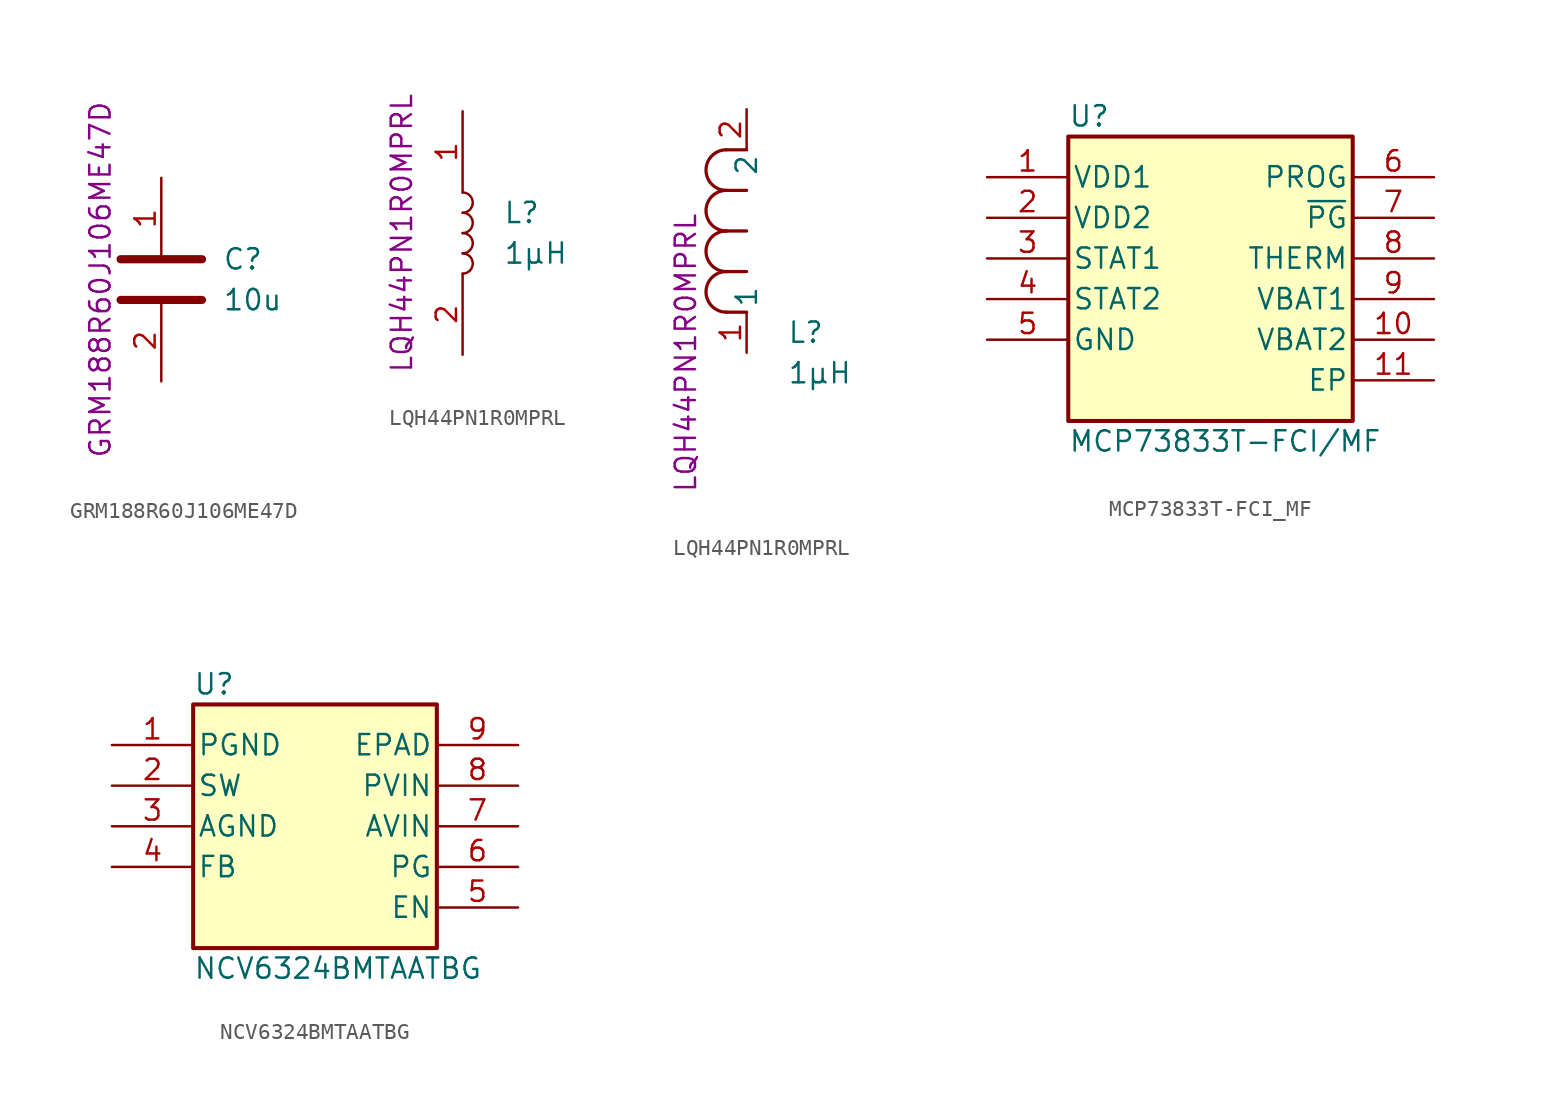
<source format=kicad_sym>
(kicad_symbol_lib
  (version 20231120)
  (generator "kicad_symbol_editor")
  (generator_version "8.0")
  (symbol "GRM188R60J106ME47D"
    (property "Reference" "C"
      (at 3.81 1.27 0)
      (do_not_autoplace)
      (effects (font (size 1.27 1.27)) (justify left)))
    (property "Value" "10u"
      (at 3.81 -1.27 0)
      (do_not_autoplace)
      (effects (font (size 1.27 1.27)) (justify left)))
    (property "Part Number" "GRM188R60J106ME47D"
      (at -3.81 0 90)
      (do_not_autoplace)
      (effects (font (size 1.27 1.27))))
    (symbol "GRM188R60J106ME47D_0_1"
      (polyline (pts (xy -2.54 -1.27) (xy 2.54 -1.27)) (stroke (width 0.508) (type default)) (fill (type none)))
      (polyline (pts (xy -2.54 1.27) (xy 2.54 1.27)) (stroke (width 0.508) (type default)) (fill (type none))))
    (symbol "GRM188R60J106ME47D_1_1"
      (pin unspecified line (at 0 6.35 270) (length 5.08) (name "~" (effects (font (size 1.27 1.27)))) (number "1" (effects (font (size 1.27 1.27)))))
      (pin unspecified line (at 0 -6.35 90) (length 5.08) (name "~" (effects (font (size 1.27 1.27)))) (number "2" (effects (font (size 1.27 1.27)))))))
  (symbol "LQH44PN1R0MPRL"
    (pin_names
      (offset 0.254))
    (property "Reference" "L"
      (at 2.54 1.27 0)
      (do_not_autoplace)
      (effects (font (size 1.27 1.27)) (justify left)))
    (property "Value" "1µH"
      (at 2.54 -1.27 0)
      (do_not_autoplace)
      (effects (font (size 1.27 1.27)) (justify left)))
    (property "Part Number" "LQH44PN1R0MPRL"
      (at -3.81 0 90)
      (do_not_autoplace)
      (effects (font (size 1.27 1.27))))
    (symbol "LQH44PN1R0MPRL_0_1"
      (arc (start 0 -2.54) (mid 0.6323 -1.905) (end 0 -1.27) (stroke (width 0) (type default)) (fill (type none)))
      (arc (start 0 -1.27) (mid 0.6323 -0.635) (end 0 0) (stroke (width 0) (type default)) (fill (type none)))
      (arc (start 0 0) (mid 0.6323 0.635) (end 0 1.27) (stroke (width 0) (type default)) (fill (type none)))
      (arc (start 0 1.27) (mid 0.6323 1.905) (end 0 2.54) (stroke (width 0) (type default)) (fill (type none))))
    (symbol "LQH44PN1R0MPRL_1_1"
      (pin unspecified line (at 0 7.62 270) (length 5.08) (name "~" (effects (font (size 1.27 1.27)))) (number "1" (effects (font (size 1.27 1.27)))))
      (pin unspecified line (at 0 -7.62 90) (length 5.08) (name "~" (effects (font (size 1.27 1.27)))) (number "2" (effects (font (size 1.27 1.27))))))
    (symbol "LQH44PN1R0MPRL_1_2"
      (arc (start -1.27 5.08) (mid -2.5345 3.81) (end -1.27 2.54) (stroke (width 0.2032) (type default)) (fill (type none)))
      (arc (start -1.27 7.62) (mid -2.5345 6.35) (end -1.27 5.08) (stroke (width 0.2032) (type default)) (fill (type none)))
      (arc (start -1.27 10.16) (mid -2.5345 8.89) (end -1.27 7.62) (stroke (width 0.2032) (type default)) (fill (type none)))
      (arc (start -1.27 12.7) (mid -2.5345 11.43) (end -1.27 10.16) (stroke (width 0.2032) (type default)) (fill (type none)))
      (polyline (pts (xy 0 2.54) (xy -1.27 2.54)) (stroke (width 0.203) (type default)) (fill (type none)))
      (polyline (pts (xy 0 5.08) (xy -1.27 5.08)) (stroke (width 0.203) (type default)) (fill (type none)))
      (polyline (pts (xy 0 7.62) (xy -1.27 7.62)) (stroke (width 0.203) (type default)) (fill (type none)))
      (polyline (pts (xy 0 10.16) (xy -1.27 10.16)) (stroke (width 0.203) (type default)) (fill (type none)))
      (polyline (pts (xy 0 12.7) (xy -1.27 12.7)) (stroke (width 0.203) (type default)) (fill (type none)))
      (pin unspecified line (at 0 0 90) (length 2.54) (name "1" (effects (font (size 1.27 1.27)))) (number "1" (effects (font (size 1.27 1.27)))))
      (pin unspecified line (at 0 15.24 270) (length 2.54) (name "2" (effects (font (size 1.27 1.27)))) (number "2" (effects (font (size 1.27 1.27)))))))
  (symbol "MCP73833T-FCI_MF"
    (pin_names
      (offset 0.254))
    (property "Reference" "U"
      (at 0 1.27 0)
      (do_not_autoplace)
      (effects (font (size 1.27 1.27)) (justify left)))
    (property "Value" "MCP73833T-FCI/MF"
      (at 0 -19.05 0)
      (do_not_autoplace)
      (effects (font (size 1.27 1.27)) (justify left)))
    (symbol "MCP73833T-FCI_MF_1_1"
      (rectangle (start 0 0) (end 17.78 -17.78) (stroke (width 0.254) (type default)) (fill (type background)))
      (pin unspecified line (at -5.08 -2.54 0) (length 5.08) (name "VDD1" (effects (font (size 1.27 1.27)))) (number "1" (effects (font (size 1.27 1.27)))))
      (pin unspecified line (at 22.86 -12.7 180) (length 5.08) (name "VBAT2" (effects (font (size 1.27 1.27)))) (number "10" (effects (font (size 1.27 1.27)))))
      (pin unspecified line (at 22.86 -15.24 180) (length 5.08) (name "EP" (effects (font (size 1.27 1.27)))) (number "11" (effects (font (size 1.27 1.27)))))
      (pin unspecified line (at -5.08 -5.08 0) (length 5.08) (name "VDD2" (effects (font (size 1.27 1.27)))) (number "2" (effects (font (size 1.27 1.27)))))
      (pin unspecified line (at -5.08 -7.62 0) (length 5.08) (name "STAT1" (effects (font (size 1.27 1.27)))) (number "3" (effects (font (size 1.27 1.27)))))
      (pin unspecified line (at -5.08 -10.16 0) (length 5.08) (name "STAT2" (effects (font (size 1.27 1.27)))) (number "4" (effects (font (size 1.27 1.27)))))
      (pin unspecified line (at -5.08 -12.7 0) (length 5.08) (name "GND" (effects (font (size 1.27 1.27)))) (number "5" (effects (font (size 1.27 1.27)))))
      (pin unspecified line (at 22.86 -2.54 180) (length 5.08) (name "PROG" (effects (font (size 1.27 1.27)))) (number "6" (effects (font (size 1.27 1.27)))))
      (pin unspecified line (at 22.86 -5.08 180) (length 5.08) (name "~{PG}" (effects (font (size 1.27 1.27)))) (number "7" (effects (font (size 1.27 1.27)))))
      (pin unspecified line (at 22.86 -7.62 180) (length 5.08) (name "THERM" (effects (font (size 1.27 1.27)))) (number "8" (effects (font (size 1.27 1.27)))))
      (pin unspecified line (at 22.86 -10.16 180) (length 5.08) (name "VBAT1" (effects (font (size 1.27 1.27)))) (number "9" (effects (font (size 1.27 1.27)))))))
  (symbol "NCV6324BMTAATBG"
    (pin_names
      (offset 0.254))
    (property "Reference" "U"
      (at 0 1.27 0)
      (do_not_autoplace)
      (effects (font (size 1.27 1.27)) (justify left)))
    (property "Value" "NCV6324BMTAATBG"
      (at 0 -16.51 0)
      (do_not_autoplace)
      (effects (font (size 1.27 1.27)) (justify left)))
    (symbol "NCV6324BMTAATBG_0_1"
      (pin unspecified line (at -5.08 -2.54 0) (length 5.08) (name "PGND" (effects (font (size 1.27 1.27)))) (number "1" (effects (font (size 1.27 1.27)))))
      (pin unspecified line (at -5.08 -5.08 0) (length 5.08) (name "SW" (effects (font (size 1.27 1.27)))) (number "2" (effects (font (size 1.27 1.27)))))
      (pin unspecified line (at -5.08 -7.62 0) (length 5.08) (name "AGND" (effects (font (size 1.27 1.27)))) (number "3" (effects (font (size 1.27 1.27)))))
      (pin unspecified line (at -5.08 -10.16 0) (length 5.08) (name "FB" (effects (font (size 1.27 1.27)))) (number "4" (effects (font (size 1.27 1.27)))))
      (pin unspecified line (at 20.32 -12.7 180) (length 5.08) (name "EN" (effects (font (size 1.27 1.27)))) (number "5" (effects (font (size 1.27 1.27)))))
      (pin unspecified line (at 20.32 -10.16 180) (length 5.08) (name "PG" (effects (font (size 1.27 1.27)))) (number "6" (effects (font (size 1.27 1.27)))))
      (pin unspecified line (at 20.32 -7.62 180) (length 5.08) (name "AVIN" (effects (font (size 1.27 1.27)))) (number "7" (effects (font (size 1.27 1.27)))))
      (pin unspecified line (at 20.32 -5.08 180) (length 5.08) (name "PVIN" (effects (font (size 1.27 1.27)))) (number "8" (effects (font (size 1.27 1.27))))))
    (symbol "NCV6324BMTAATBG_1_1"
      (rectangle (start 0 0) (end 15.24 -15.24) (stroke (width 0.254) (type default)) (fill (type background)))
      (pin unspecified line (at 20.32 -2.54 180) (length 5.08) (name "EPAD" (effects (font (size 1.27 1.27)))) (number "9" (effects (font (size 1.27 1.27))))))))
</source>
